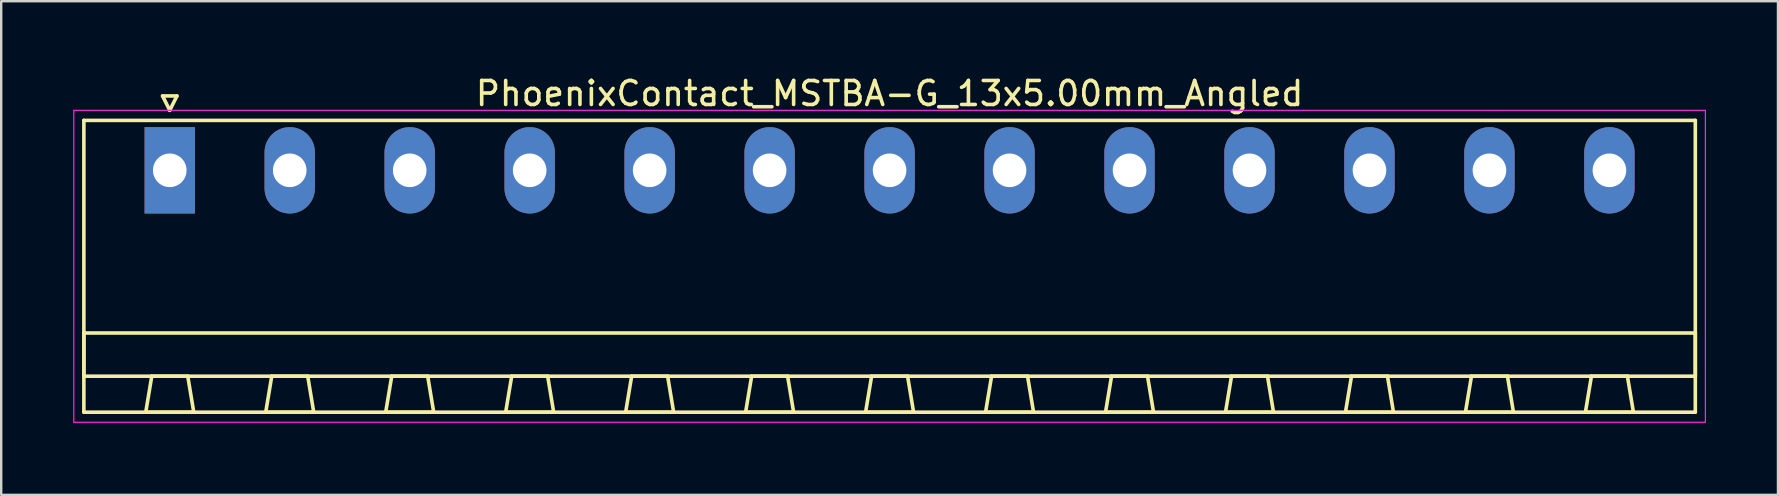
<source format=kicad_pcb>
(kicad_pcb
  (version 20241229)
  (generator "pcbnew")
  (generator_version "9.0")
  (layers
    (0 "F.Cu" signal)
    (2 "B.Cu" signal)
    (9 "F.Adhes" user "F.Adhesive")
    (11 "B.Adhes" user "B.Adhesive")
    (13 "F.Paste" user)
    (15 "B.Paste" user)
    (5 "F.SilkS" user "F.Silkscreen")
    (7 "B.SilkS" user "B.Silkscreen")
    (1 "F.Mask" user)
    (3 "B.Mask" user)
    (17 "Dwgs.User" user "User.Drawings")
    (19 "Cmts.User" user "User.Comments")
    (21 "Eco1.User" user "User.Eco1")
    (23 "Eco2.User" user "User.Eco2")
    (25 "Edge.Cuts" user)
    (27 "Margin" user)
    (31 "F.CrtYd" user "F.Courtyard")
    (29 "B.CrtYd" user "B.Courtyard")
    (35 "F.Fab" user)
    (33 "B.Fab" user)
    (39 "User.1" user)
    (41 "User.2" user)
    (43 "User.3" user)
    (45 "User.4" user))
  (footprint "PhoenixContact_MSTBA-G_13x5.00mm_Angled"
    (layer "F.Cu")
    (at 4.025 4.048)
    (property "Reference" "PhoenixContact_MSTBA-G_13x5.00mm_Angled" (at 30 -3.2 0) (layer "F.SilkS") (effects (font (size 1 1) (thickness 0.15))))
    (attr through_hole)
    (fp_line (start -3.58 -2.08) (end -3.58 10.08) (stroke (width 0.15) (type solid)) (layer "F.SilkS"))
    (fp_line (start -3.58 6.78) (end 63.58 6.78) (stroke (width 0.15) (type solid)) (layer "F.SilkS"))
    (fp_line (start -3.58 8.58) (end -3.58 6.78) (stroke (width 0.15) (type solid)) (layer "F.SilkS"))
    (fp_line (start -3.58 10.08) (end 63.58 10.08) (stroke (width 0.15) (type solid)) (layer "F.SilkS"))
    (fp_line (start -1 10.08) (end 1 10.08) (stroke (width 0.15) (type solid)) (layer "F.SilkS"))
    (fp_line (start -0.75 8.58) (end -1 10.08) (stroke (width 0.15) (type solid)) (layer "F.SilkS"))
    (fp_line (start -0.3 -3.1) (end 0 -2.5) (stroke (width 0.15) (type solid)) (layer "F.SilkS"))
    (fp_line (start 0 -2.5) (end 0.3 -3.1) (stroke (width 0.15) (type solid)) (layer "F.SilkS"))
    (fp_line (start 0.3 -3.1) (end -0.3 -3.1) (stroke (width 0.15) (type solid)) (layer "F.SilkS"))
    (fp_line (start 0.75 8.58) (end -0.75 8.58) (stroke (width 0.15) (type solid)) (layer "F.SilkS"))
    (fp_line (start 1 10.08) (end 0.75 8.58) (stroke (width 0.15) (type solid)) (layer "F.SilkS"))
    (fp_line (start 4 10.08) (end 6 10.08) (stroke (width 0.15) (type solid)) (layer "F.SilkS"))
    (fp_line (start 4.25 8.58) (end 4 10.08) (stroke (width 0.15) (type solid)) (layer "F.SilkS"))
    (fp_line (start 5.75 8.58) (end 4.25 8.58) (stroke (width 0.15) (type solid)) (layer "F.SilkS"))
    (fp_line (start 6 10.08) (end 5.75 8.58) (stroke (width 0.15) (type solid)) (layer "F.SilkS"))
    (fp_line (start 9 10.08) (end 11 10.08) (stroke (width 0.15) (type solid)) (layer "F.SilkS"))
    (fp_line (start 9.25 8.58) (end 9 10.08) (stroke (width 0.15) (type solid)) (layer "F.SilkS"))
    (fp_line (start 10.75 8.58) (end 9.25 8.58) (stroke (width 0.15) (type solid)) (layer "F.SilkS"))
    (fp_line (start 11 10.08) (end 10.75 8.58) (stroke (width 0.15) (type solid)) (layer "F.SilkS"))
    (fp_line (start 14 10.08) (end 16 10.08) (stroke (width 0.15) (type solid)) (layer "F.SilkS"))
    (fp_line (start 14.25 8.58) (end 14 10.08) (stroke (width 0.15) (type solid)) (layer "F.SilkS"))
    (fp_line (start 15.75 8.58) (end 14.25 8.58) (stroke (width 0.15) (type solid)) (layer "F.SilkS"))
    (fp_line (start 16 10.08) (end 15.75 8.58) (stroke (width 0.15) (type solid)) (layer "F.SilkS"))
    (fp_line (start 19 10.08) (end 21 10.08) (stroke (width 0.15) (type solid)) (layer "F.SilkS"))
    (fp_line (start 19.25 8.58) (end 19 10.08) (stroke (width 0.15) (type solid)) (layer "F.SilkS"))
    (fp_line (start 20.75 8.58) (end 19.25 8.58) (stroke (width 0.15) (type solid)) (layer "F.SilkS"))
    (fp_line (start 21 10.08) (end 20.75 8.58) (stroke (width 0.15) (type solid)) (layer "F.SilkS"))
    (fp_line (start 24 10.08) (end 26 10.08) (stroke (width 0.15) (type solid)) (layer "F.SilkS"))
    (fp_line (start 24.25 8.58) (end 24 10.08) (stroke (width 0.15) (type solid)) (layer "F.SilkS"))
    (fp_line (start 25.75 8.58) (end 24.25 8.58) (stroke (width 0.15) (type solid)) (layer "F.SilkS"))
    (fp_line (start 26 10.08) (end 25.75 8.58) (stroke (width 0.15) (type solid)) (layer "F.SilkS"))
    (fp_line (start 29 10.08) (end 31 10.08) (stroke (width 0.15) (type solid)) (layer "F.SilkS"))
    (fp_line (start 29.25 8.58) (end 29 10.08) (stroke (width 0.15) (type solid)) (layer "F.SilkS"))
    (fp_line (start 30.75 8.58) (end 29.25 8.58) (stroke (width 0.15) (type solid)) (layer "F.SilkS"))
    (fp_line (start 31 10.08) (end 30.75 8.58) (stroke (width 0.15) (type solid)) (layer "F.SilkS"))
    (fp_line (start 34 10.08) (end 36 10.08) (stroke (width 0.15) (type solid)) (layer "F.SilkS"))
    (fp_line (start 34.25 8.58) (end 34 10.08) (stroke (width 0.15) (type solid)) (layer "F.SilkS"))
    (fp_line (start 35.75 8.58) (end 34.25 8.58) (stroke (width 0.15) (type solid)) (layer "F.SilkS"))
    (fp_line (start 36 10.08) (end 35.75 8.58) (stroke (width 0.15) (type solid)) (layer "F.SilkS"))
    (fp_line (start 39 10.08) (end 41 10.08) (stroke (width 0.15) (type solid)) (layer "F.SilkS"))
    (fp_line (start 39.25 8.58) (end 39 10.08) (stroke (width 0.15) (type solid)) (layer "F.SilkS"))
    (fp_line (start 40.75 8.58) (end 39.25 8.58) (stroke (width 0.15) (type solid)) (layer "F.SilkS"))
    (fp_line (start 41 10.08) (end 40.75 8.58) (stroke (width 0.15) (type solid)) (layer "F.SilkS"))
    (fp_line (start 44 10.08) (end 46 10.08) (stroke (width 0.15) (type solid)) (layer "F.SilkS"))
    (fp_line (start 44.25 8.58) (end 44 10.08) (stroke (width 0.15) (type solid)) (layer "F.SilkS"))
    (fp_line (start 45.75 8.58) (end 44.25 8.58) (stroke (width 0.15) (type solid)) (layer "F.SilkS"))
    (fp_line (start 46 10.08) (end 45.75 8.58) (stroke (width 0.15) (type solid)) (layer "F.SilkS"))
    (fp_line (start 49 10.08) (end 51 10.08) (stroke (width 0.15) (type solid)) (layer "F.SilkS"))
    (fp_line (start 49.25 8.58) (end 49 10.08) (stroke (width 0.15) (type solid)) (layer "F.SilkS"))
    (fp_line (start 50.75 8.58) (end 49.25 8.58) (stroke (width 0.15) (type solid)) (layer "F.SilkS"))
    (fp_line (start 51 10.08) (end 50.75 8.58) (stroke (width 0.15) (type solid)) (layer "F.SilkS"))
    (fp_line (start 54 10.08) (end 56 10.08) (stroke (width 0.15) (type solid)) (layer "F.SilkS"))
    (fp_line (start 54.25 8.58) (end 54 10.08) (stroke (width 0.15) (type solid)) (layer "F.SilkS"))
    (fp_line (start 55.75 8.58) (end 54.25 8.58) (stroke (width 0.15) (type solid)) (layer "F.SilkS"))
    (fp_line (start 56 10.08) (end 55.75 8.58) (stroke (width 0.15) (type solid)) (layer "F.SilkS"))
    (fp_line (start 59 10.08) (end 61 10.08) (stroke (width 0.15) (type solid)) (layer "F.SilkS"))
    (fp_line (start 59.25 8.58) (end 59 10.08) (stroke (width 0.15) (type solid)) (layer "F.SilkS"))
    (fp_line (start 60.75 8.58) (end 59.25 8.58) (stroke (width 0.15) (type solid)) (layer "F.SilkS"))
    (fp_line (start 61 10.08) (end 60.75 8.58) (stroke (width 0.15) (type solid)) (layer "F.SilkS"))
    (fp_line (start 63.58 -2.08) (end -3.58 -2.08) (stroke (width 0.15) (type solid)) (layer "F.SilkS"))
    (fp_line (start 63.58 6.78) (end 63.58 8.58) (stroke (width 0.15) (type solid)) (layer "F.SilkS"))
    (fp_line (start 63.58 8.58) (end -3.58 8.58) (stroke (width 0.15) (type solid)) (layer "F.SilkS"))
    (fp_line (start 63.58 10.08) (end 63.58 -2.08) (stroke (width 0.15) (type solid)) (layer "F.SilkS"))
    (fp_line (start -4 -2.5) (end -4 10.5) (stroke (width 0.05) (type solid)) (layer "F.CrtYd"))
    (fp_line (start -4 10.5) (end 64 10.5) (stroke (width 0.05) (type solid)) (layer "F.CrtYd"))
    (fp_line (start 64 -2.5) (end -4 -2.5) (stroke (width 0.05) (type solid)) (layer "F.CrtYd"))
    (fp_line (start 64 10.5) (end 64 -2.5) (stroke (width 0.05) (type solid)) (layer "F.CrtYd"))
    (pad "1" thru_hole rect (at 0 0) (size 2.1 3.6) (drill 1.4) (layers "*.Cu" "*.Mask"))
    (pad "2" thru_hole oval (at 5 0) (size 2.1 3.6) (drill 1.4) (layers "*.Cu" "*.Mask"))
    (pad "3" thru_hole oval (at 10 0) (size 2.1 3.6) (drill 1.4) (layers "*.Cu" "*.Mask"))
    (pad "4" thru_hole oval (at 15 0) (size 2.1 3.6) (drill 1.4) (layers "*.Cu" "*.Mask"))
    (pad "5" thru_hole oval (at 20 0) (size 2.1 3.6) (drill 1.4) (layers "*.Cu" "*.Mask"))
    (pad "6" thru_hole oval (at 25 0) (size 2.1 3.6) (drill 1.4) (layers "*.Cu" "*.Mask"))
    (pad "7" thru_hole oval (at 30 0) (size 2.1 3.6) (drill 1.4) (layers "*.Cu" "*.Mask"))
    (pad "8" thru_hole oval (at 35 0) (size 2.1 3.6) (drill 1.4) (layers "*.Cu" "*.Mask"))
    (pad "9" thru_hole oval (at 40 0) (size 2.1 3.6) (drill 1.4) (layers "*.Cu" "*.Mask"))
    (pad "10" thru_hole oval (at 45 0) (size 2.1 3.6) (drill 1.4) (layers "*.Cu" "*.Mask"))
    (pad "11" thru_hole oval (at 50 0) (size 2.1 3.6) (drill 1.4) (layers "*.Cu" "*.Mask"))
    (pad "12" thru_hole oval (at 55 0) (size 2.1 3.6) (drill 1.4) (layers "*.Cu" "*.Mask"))
    (pad "13" thru_hole oval (at 60 0) (size 2.1 3.6) (drill 1.4) (layers "*.Cu" "*.Mask")))
  (gr_rect
    (start -3 -3)
    (end 71.05 17.573)
    (stroke (width 0.1) (type default))
    (fill no)
    (layer "Edge.Cuts")))
</source>
